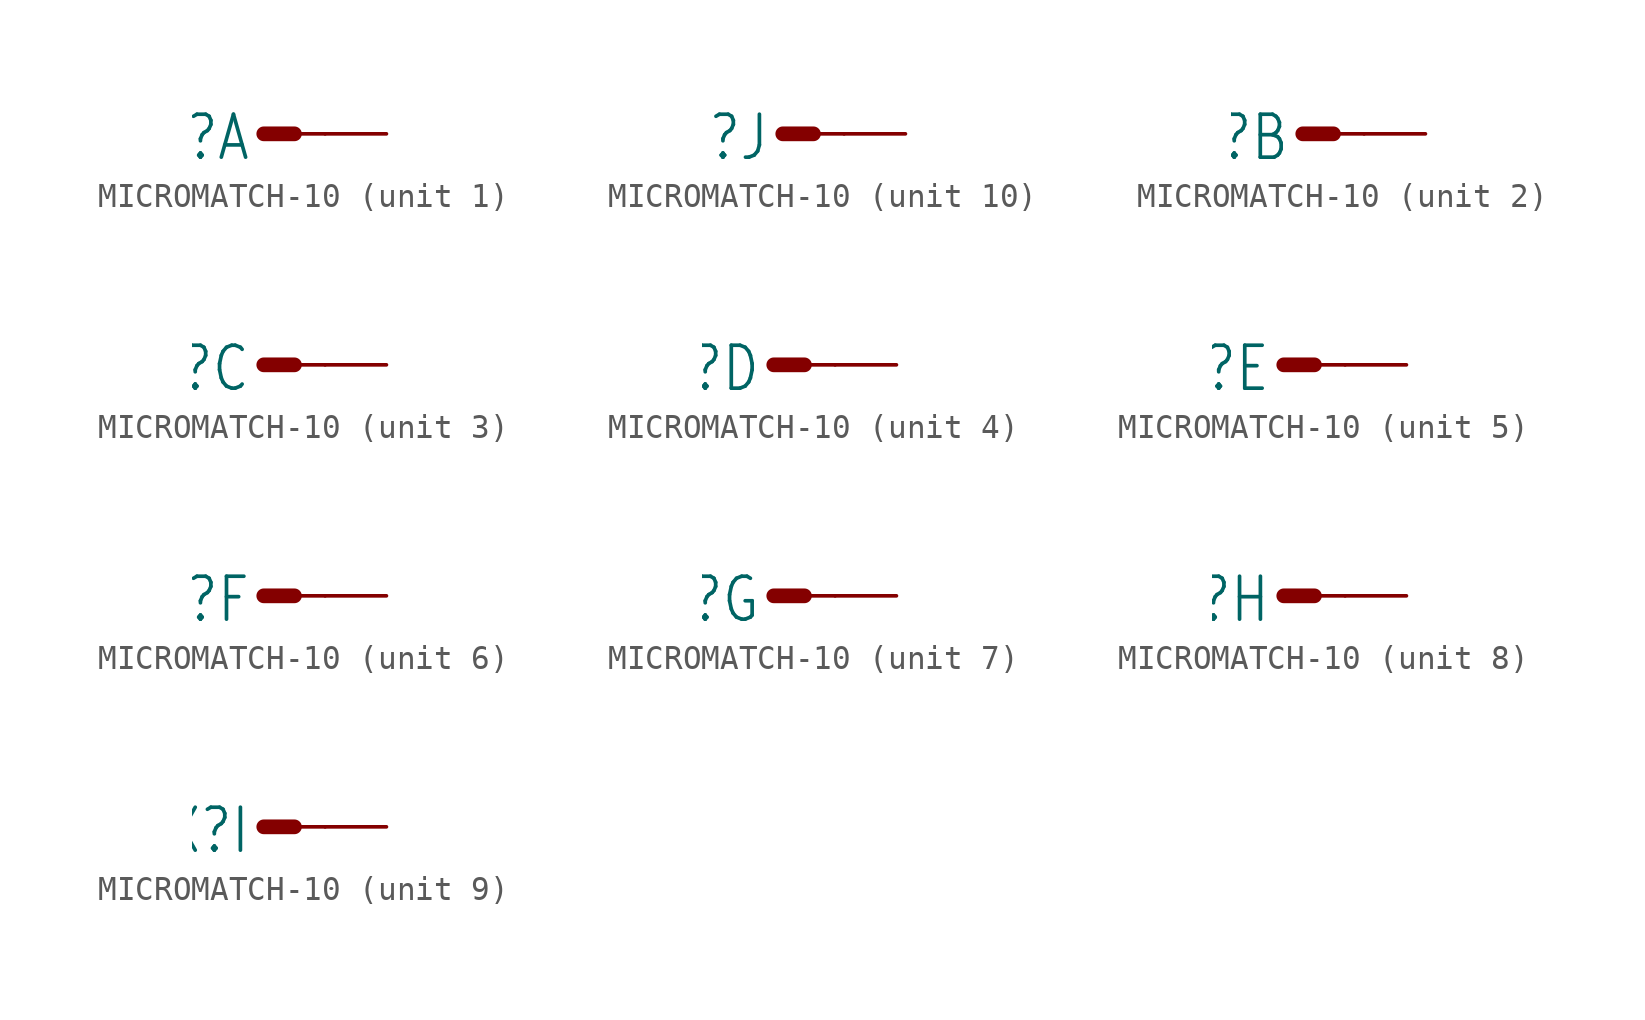
<source format=kicad_sym>
(kicad_symbol_lib
  (version 20231120)
  (generator "kicad_symbol_editor")
  (generator_version "8.0")
  (symbol "MICROMATCH-10"
    (property "Reference" "X"
      (at -0.508 0.889 0)
      (effects (font (size 1.778 1.511)) (justify right top)))
    (property "ki_locked" ""
      (at 0 0 0)
      (effects (font (size 1.27 1.27))))
    (symbol "MICROMATCH-10_1_0"
      (polyline (pts (xy 0 0) (xy 1.27 0)) (stroke (width 0.61) (type solid)) (fill (type none)))
      (polyline (pts (xy 1.27 0) (xy 2.54 0)) (stroke (width 0.152) (type solid)) (fill (type none)))
      (pin passive line (at 5.08 0 180) (length 2.54) (name "S" (effects (font (size 0 0)))) (number "1" (effects (font (size 0 0))))))
    (symbol "MICROMATCH-10_2_0"
      (polyline (pts (xy 0 0) (xy 1.27 0)) (stroke (width 0.61) (type solid)) (fill (type none)))
      (polyline (pts (xy 1.27 0) (xy 2.54 0)) (stroke (width 0.152) (type solid)) (fill (type none)))
      (pin passive line (at 5.08 0 180) (length 2.54) (name "S" (effects (font (size 0 0)))) (number "2" (effects (font (size 0 0))))))
    (symbol "MICROMATCH-10_3_0"
      (polyline (pts (xy 0 0) (xy 1.27 0)) (stroke (width 0.61) (type solid)) (fill (type none)))
      (polyline (pts (xy 1.27 0) (xy 2.54 0)) (stroke (width 0.152) (type solid)) (fill (type none)))
      (pin passive line (at 5.08 0 180) (length 2.54) (name "S" (effects (font (size 0 0)))) (number "3" (effects (font (size 0 0))))))
    (symbol "MICROMATCH-10_4_0"
      (polyline (pts (xy 0 0) (xy 1.27 0)) (stroke (width 0.61) (type solid)) (fill (type none)))
      (polyline (pts (xy 1.27 0) (xy 2.54 0)) (stroke (width 0.152) (type solid)) (fill (type none)))
      (pin passive line (at 5.08 0 180) (length 2.54) (name "S" (effects (font (size 0 0)))) (number "4" (effects (font (size 0 0))))))
    (symbol "MICROMATCH-10_5_0"
      (polyline (pts (xy 0 0) (xy 1.27 0)) (stroke (width 0.61) (type solid)) (fill (type none)))
      (polyline (pts (xy 1.27 0) (xy 2.54 0)) (stroke (width 0.152) (type solid)) (fill (type none)))
      (pin passive line (at 5.08 0 180) (length 2.54) (name "S" (effects (font (size 0 0)))) (number "5" (effects (font (size 0 0))))))
    (symbol "MICROMATCH-10_6_0"
      (polyline (pts (xy 0 0) (xy 1.27 0)) (stroke (width 0.61) (type solid)) (fill (type none)))
      (polyline (pts (xy 1.27 0) (xy 2.54 0)) (stroke (width 0.152) (type solid)) (fill (type none)))
      (pin passive line (at 5.08 0 180) (length 2.54) (name "S" (effects (font (size 0 0)))) (number "6" (effects (font (size 0 0))))))
    (symbol "MICROMATCH-10_7_0"
      (polyline (pts (xy 0 0) (xy 1.27 0)) (stroke (width 0.61) (type solid)) (fill (type none)))
      (polyline (pts (xy 1.27 0) (xy 2.54 0)) (stroke (width 0.152) (type solid)) (fill (type none)))
      (pin passive line (at 5.08 0 180) (length 2.54) (name "S" (effects (font (size 0 0)))) (number "7" (effects (font (size 0 0))))))
    (symbol "MICROMATCH-10_8_0"
      (polyline (pts (xy 0 0) (xy 1.27 0)) (stroke (width 0.61) (type solid)) (fill (type none)))
      (polyline (pts (xy 1.27 0) (xy 2.54 0)) (stroke (width 0.152) (type solid)) (fill (type none)))
      (pin passive line (at 5.08 0 180) (length 2.54) (name "S" (effects (font (size 0 0)))) (number "8" (effects (font (size 0 0))))))
    (symbol "MICROMATCH-10_9_0"
      (polyline (pts (xy 0 0) (xy 1.27 0)) (stroke (width 0.61) (type solid)) (fill (type none)))
      (polyline (pts (xy 1.27 0) (xy 2.54 0)) (stroke (width 0.152) (type solid)) (fill (type none)))
      (pin passive line (at 5.08 0 180) (length 2.54) (name "S" (effects (font (size 0 0)))) (number "9" (effects (font (size 0 0))))))
    (symbol "MICROMATCH-10_10_0"
      (polyline (pts (xy 0 0) (xy 1.27 0)) (stroke (width 0.61) (type solid)) (fill (type none)))
      (polyline (pts (xy 1.27 0) (xy 2.54 0)) (stroke (width 0.152) (type solid)) (fill (type none)))
      (pin passive line (at 5.08 0 180) (length 2.54) (name "S" (effects (font (size 0 0)))) (number "10" (effects (font (size 0 0))))))))
</source>
